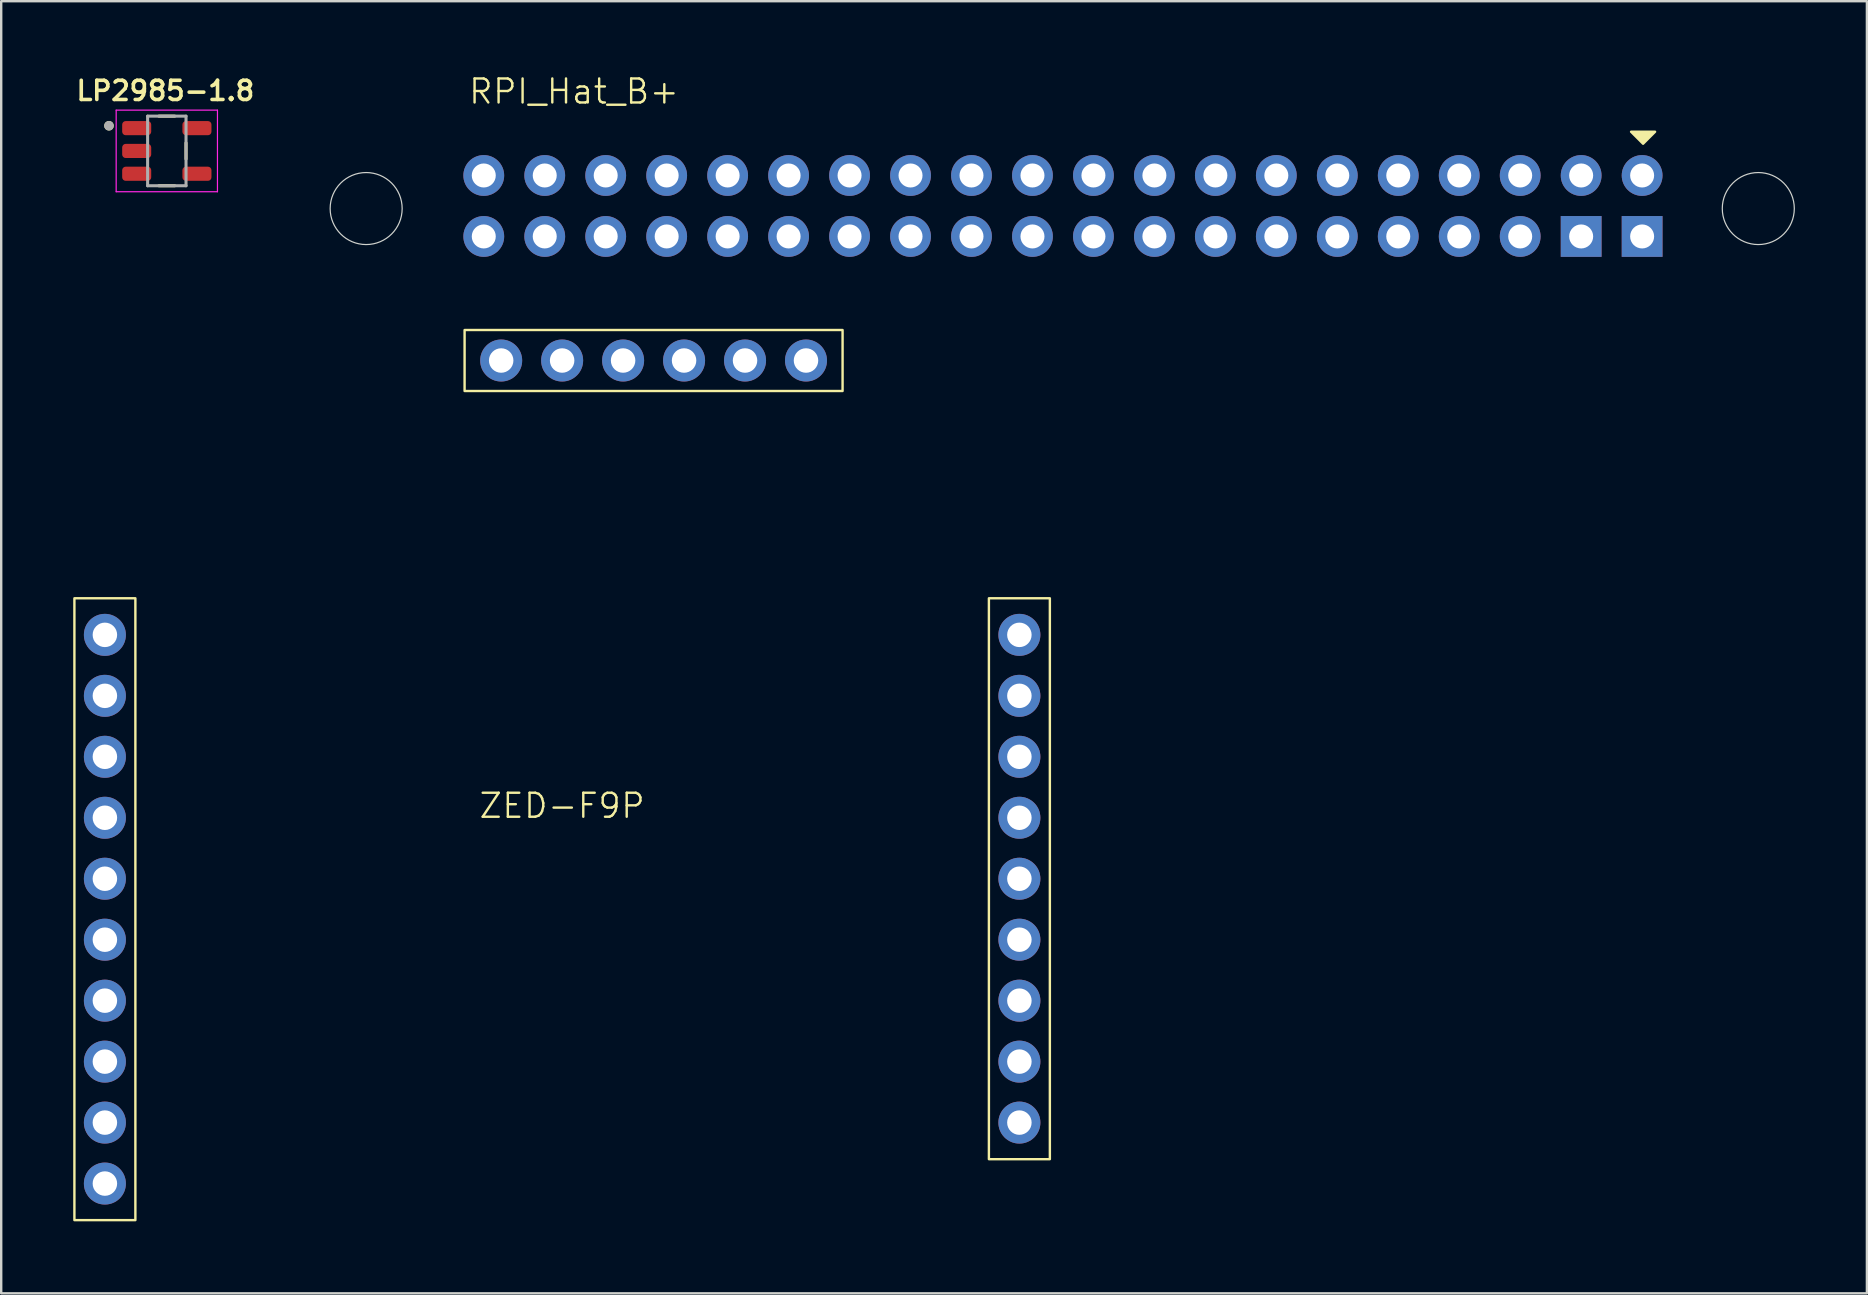
<source format=kicad_pcb>
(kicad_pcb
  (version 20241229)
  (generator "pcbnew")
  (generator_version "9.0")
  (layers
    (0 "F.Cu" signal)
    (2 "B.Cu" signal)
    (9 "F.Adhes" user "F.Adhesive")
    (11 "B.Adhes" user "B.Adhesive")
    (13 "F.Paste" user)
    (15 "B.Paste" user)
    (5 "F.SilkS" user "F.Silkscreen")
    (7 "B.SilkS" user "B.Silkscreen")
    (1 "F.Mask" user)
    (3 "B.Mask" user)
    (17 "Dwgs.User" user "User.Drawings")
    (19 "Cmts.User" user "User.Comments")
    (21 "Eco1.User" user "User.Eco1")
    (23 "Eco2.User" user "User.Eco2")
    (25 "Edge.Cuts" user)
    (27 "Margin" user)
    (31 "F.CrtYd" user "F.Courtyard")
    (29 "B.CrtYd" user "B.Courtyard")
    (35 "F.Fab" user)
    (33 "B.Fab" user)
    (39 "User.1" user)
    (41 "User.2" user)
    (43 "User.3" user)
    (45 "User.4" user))
  (footprint "LP2985-1.8"
    (layer "F.Cu")
    (at 3.9 3.239)
    (property "Reference" "LP2985-1.8" (at -0.06 -2.508 0) (layer "F.SilkS") (effects (font (size 0.8 0.8) (thickness 0.15))))
    (attr smd)
    (fp_line (start -0.33 -1.45) (end 0.33 -1.45) (stroke (width 0.127) (type solid)) (layer "F.SilkS"))
    (fp_line (start 0.33 1.45) (end -0.33 1.45) (stroke (width 0.127) (type solid)) (layer "F.SilkS"))
    (fp_line (start 0.8 -0.335) (end 0.8 0.335) (stroke (width 0.127) (type solid)) (layer "F.SilkS"))
    (fp_circle (center -2.41 -1.05) (end -2.31 -1.05) (stroke (width 0.2) (type solid)) (fill no) (layer "F.SilkS"))
    (fp_line (start -2.11 -1.7) (end 2.11 -1.7) (stroke (width 0.05) (type solid)) (layer "F.CrtYd"))
    (fp_line (start -2.11 1.7) (end -2.11 -1.7) (stroke (width 0.05) (type solid)) (layer "F.CrtYd"))
    (fp_line (start 2.11 -1.7) (end 2.11 1.7) (stroke (width 0.05) (type solid)) (layer "F.CrtYd"))
    (fp_line (start 2.11 1.7) (end -2.11 1.7) (stroke (width 0.05) (type solid)) (layer "F.CrtYd"))
    (fp_line (start -0.8 -1.45) (end 0.8 -1.45) (stroke (width 0.127) (type solid)) (layer "F.Fab"))
    (fp_line (start -0.8 1.45) (end -0.8 -1.45) (stroke (width 0.127) (type solid)) (layer "F.Fab"))
    (fp_line (start 0.8 -1.45) (end 0.8 1.45) (stroke (width 0.127) (type solid)) (layer "F.Fab"))
    (fp_line (start 0.8 1.45) (end -0.8 1.45) (stroke (width 0.127) (type solid)) (layer "F.Fab"))
    (fp_circle (center -2.41 -1.05) (end -2.31 -1.05) (stroke (width 0.2) (type solid)) (fill no) (layer "F.Fab"))
    (pad "1" smd roundrect (at -1.255 -0.95) (size 1.21 0.59) (layers "F.Cu" "F.Mask" "F.Paste") (roundrect_rratio 0.25))
    (pad "2" smd roundrect (at -1.255 0) (size 1.21 0.59) (layers "F.Cu" "F.Mask" "F.Paste") (roundrect_rratio 0.25))
    (pad "3" smd roundrect (at -1.255 0.95) (size 1.21 0.59) (layers "F.Cu" "F.Mask" "F.Paste") (roundrect_rratio 0.25))
    (pad "4" smd roundrect (at 1.255 0.95) (size 1.21 0.59) (layers "F.Cu" "F.Mask" "F.Paste") (roundrect_rratio 0.25))
    (pad "5" smd roundrect (at 1.255 -0.95) (size 1.21 0.59) (layers "F.Cu" "F.Mask" "F.Paste") (roundrect_rratio 0.25)))
  (footprint "RPI_Hat_B+"
    (layer "F.Cu")
    (at 41.165 5.761)
    (property "Reference" "RPI_Hat_B+" (at -20.3 -5 0) (unlocked yes) (layer "F.SilkS") (effects (font (size 1 1) (thickness 0.1))))
    (attr through_hole)
    (fp_poly (pts (xy 23.74 -3.322) (xy 24.24 -2.822) (xy 24.74 -3.322)) (stroke (width 0.1) (type solid)) (fill yes) (layer "F.SilkS"))
    (fp_circle (center -28.96 -0.122) (end -30.46 -0.122) (stroke (width 0.05) (type default)) (fill no) (layer "Edge.Cuts"))
    (fp_circle (center 29.04 -0.122) (end 30.54 -0.122) (stroke (width 0.05) (type default)) (fill no) (layer "Edge.Cuts"))
    (pad "1" thru_hole circle (at 24.2 -1.5 270) (size 1.7 1.7) (drill 1) (layers "*.Cu" "*.Mask"))
    (pad "2" thru_hole rect (at 24.2 1.04 270) (size 1.7 1.7) (drill 1) (layers "*.Cu" "*.Mask"))
    (pad "3" thru_hole oval (at 21.66 -1.5 270) (size 1.7 1.7) (drill 1) (layers "*.Cu" "*.Mask"))
    (pad "4" thru_hole rect (at 21.66 1.04 270) (size 1.7 1.7) (drill 1) (layers "*.Cu" "*.Mask"))
    (pad "5" thru_hole oval (at 19.12 -1.5 270) (size 1.7 1.7) (drill 1) (layers "*.Cu" "*.Mask"))
    (pad "6" thru_hole oval (at 19.12 1.04 270) (size 1.7 1.7) (drill 1) (layers "*.Cu" "*.Mask"))
    (pad "7" thru_hole oval (at 16.58 -1.5 270) (size 1.7 1.7) (drill 1) (layers "*.Cu" "*.Mask"))
    (pad "8" thru_hole circle (at 16.58 1.04 270) (size 1.7 1.7) (drill 1) (layers "*.Cu" "*.Mask"))
    (pad "9" thru_hole oval (at 14.04 -1.5 270) (size 1.7 1.7) (drill 1) (layers "*.Cu" "*.Mask"))
    (pad "10" thru_hole oval (at 14.04 1.04 270) (size 1.7 1.7) (drill 1) (layers "*.Cu" "*.Mask"))
    (pad "11" thru_hole oval (at 11.5 -1.5 270) (size 1.7 1.7) (drill 1) (layers "*.Cu" "*.Mask"))
    (pad "12" thru_hole circle (at 11.5 1.04 270) (size 1.7 1.7) (drill 1) (layers "*.Cu" "*.Mask"))
    (pad "13" thru_hole oval (at 8.96 -1.5 270) (size 1.7 1.7) (drill 1) (layers "*.Cu" "*.Mask"))
    (pad "14" thru_hole oval (at 8.96 1.04 270) (size 1.7 1.7) (drill 1) (layers "*.Cu" "*.Mask"))
    (pad "15" thru_hole circle (at 6.42 -1.5 270) (size 1.7 1.7) (drill 1) (layers "*.Cu" "*.Mask"))
    (pad "16" thru_hole oval (at 6.42 1.04 270) (size 1.7 1.7) (drill 1) (layers "*.Cu" "*.Mask"))
    (pad "17" thru_hole oval (at 3.88 -1.5 270) (size 1.7 1.7) (drill 1) (layers "*.Cu" "*.Mask"))
    (pad "18" thru_hole oval (at 3.88 1.04 270) (size 1.7 1.7) (drill 1) (layers "*.Cu" "*.Mask"))
    (pad "19" thru_hole oval (at 1.34 -1.5 270) (size 1.7 1.7) (drill 1) (layers "*.Cu" "*.Mask"))
    (pad "20" thru_hole oval (at 1.34 1.04 270) (size 1.7 1.7) (drill 1) (layers "*.Cu" "*.Mask"))
    (pad "21" thru_hole oval (at -1.2 -1.5 270) (size 1.7 1.7) (drill 1) (layers "*.Cu" "*.Mask"))
    (pad "22" thru_hole circle (at -1.2 1.04 270) (size 1.7 1.7) (drill 1) (layers "*.Cu" "*.Mask"))
    (pad "23" thru_hole oval (at -3.74 -1.5 270) (size 1.7 1.7) (drill 1) (layers "*.Cu" "*.Mask"))
    (pad "24" thru_hole oval (at -3.74 1.04 270) (size 1.7 1.7) (drill 1) (layers "*.Cu" "*.Mask"))
    (pad "25" thru_hole oval (at -6.28 -1.5 270) (size 1.7 1.7) (drill 1) (layers "*.Cu" "*.Mask"))
    (pad "26" thru_hole oval (at -6.28 1.04 270) (size 1.7 1.7) (drill 1) (layers "*.Cu" "*.Mask"))
    (pad "27" thru_hole oval (at -8.82 -1.5 270) (size 1.7 1.7) (drill 1) (layers "*.Cu" "*.Mask"))
    (pad "28" thru_hole circle (at -8.82 1.04 270) (size 1.7 1.7) (drill 1) (layers "*.Cu" "*.Mask"))
    (pad "29" thru_hole oval (at -11.36 -1.5 270) (size 1.7 1.7) (drill 1) (layers "*.Cu" "*.Mask"))
    (pad "30" thru_hole oval (at -11.36 1.04 270) (size 1.7 1.7) (drill 1) (layers "*.Cu" "*.Mask"))
    (pad "31" thru_hole circle (at -13.9 -1.5 270) (size 1.7 1.7) (drill 1) (layers "*.Cu" "*.Mask"))
    (pad "32" thru_hole oval (at -13.9 1.04 270) (size 1.7 1.7) (drill 1) (layers "*.Cu" "*.Mask"))
    (pad "33" thru_hole oval (at -16.44 -1.5 270) (size 1.7 1.7) (drill 1) (layers "*.Cu" "*.Mask"))
    (pad "34" thru_hole oval (at -16.44 1.04 270) (size 1.7 1.7) (drill 1) (layers "*.Cu" "*.Mask"))
    (pad "35" thru_hole oval (at -18.98 -1.5 270) (size 1.7 1.7) (drill 1) (layers "*.Cu" "*.Mask"))
    (pad "36" thru_hole circle (at -18.98 1.04 270) (size 1.7 1.7) (drill 1) (layers "*.Cu" "*.Mask"))
    (pad "37" thru_hole oval (at -21.52 -1.5 270) (size 1.7 1.7) (drill 1) (layers "*.Cu" "*.Mask"))
    (pad "38" thru_hole oval (at -21.52 1.04 270) (size 1.7 1.7) (drill 1) (layers "*.Cu" "*.Mask"))
    (pad "39" thru_hole circle (at -24.06 -1.5 270) (size 1.7 1.7) (drill 1) (layers "*.Cu" "*.Mask"))
    (pad "40" thru_hole oval (at -24.06 1.04 270) (size 1.7 1.7) (drill 1) (layers "*.Cu" "*.Mask")))
  (footprint "ZED-F9P"
    (layer "F.Cu")
    (at 20.37 31.02)
    (property "Reference" "ZED-F9P" (at 0 -0.5 0) (unlocked yes) (layer "F.SilkS") (effects (font (size 1 1) (thickness 0.1))))
    (attr smd)
    (fp_rect (start -20.32 -9.144) (end -17.78 16.764) (stroke (width 0.1) (type solid)) (fill no) (layer "F.SilkS"))
    (fp_rect (start -4.064 -20.32) (end 11.684 -17.78) (stroke (width 0.1) (type solid)) (fill no) (layer "F.SilkS"))
    (fp_rect (start 17.78 -9.144) (end 20.32 14.224) (stroke (width 0.1) (type solid)) (fill no) (layer "F.SilkS"))
    (pad "1" thru_hole circle (at -19.05 -7.62) (size 1.75 1.75) (drill 1.02) (layers "*.Cu" "*.Mask"))
    (pad "2" thru_hole circle (at -19.05 -5.08) (size 1.75 1.75) (drill 1.02) (layers "*.Cu" "*.Mask"))
    (pad "3" thru_hole circle (at -19.05 -2.54) (size 1.75 1.75) (drill 1.02) (layers "*.Cu" "*.Mask"))
    (pad "4" thru_hole circle (at -19.05 0) (size 1.75 1.75) (drill 1.02) (layers "*.Cu" "*.Mask"))
    (pad "5" thru_hole circle (at -19.05 2.54) (size 1.75 1.75) (drill 1.02) (layers "*.Cu" "*.Mask"))
    (pad "6" thru_hole circle (at -19.05 5.08) (size 1.75 1.75) (drill 1.02) (layers "*.Cu" "*.Mask"))
    (pad "7" thru_hole circle (at -19.05 7.62) (size 1.75 1.75) (drill 1.02) (layers "*.Cu" "*.Mask"))
    (pad "8" thru_hole circle (at -19.05 10.16) (size 1.75 1.75) (drill 1.02) (layers "*.Cu" "*.Mask"))
    (pad "9" thru_hole circle (at -19.05 12.7) (size 1.75 1.75) (drill 1.02) (layers "*.Cu" "*.Mask"))
    (pad "10" thru_hole circle (at -19.05 15.24) (size 1.75 1.75) (drill 1.02) (layers "*.Cu" "*.Mask"))
    (pad "11" thru_hole circle (at 19.05 12.7) (size 1.75 1.75) (drill 1.02) (layers "*.Cu" "*.Mask"))
    (pad "12" thru_hole circle (at 19.05 10.16) (size 1.75 1.75) (drill 1.02) (layers "*.Cu" "*.Mask"))
    (pad "13" thru_hole circle (at 19.05 7.62) (size 1.75 1.75) (drill 1.02) (layers "*.Cu" "*.Mask"))
    (pad "14" thru_hole circle (at 19.05 5.08) (size 1.75 1.75) (drill 1.02) (layers "*.Cu" "*.Mask"))
    (pad "15" thru_hole circle (at 19.05 2.54) (size 1.75 1.75) (drill 1.02) (layers "*.Cu" "*.Mask"))
    (pad "16" thru_hole circle (at 19.05 0) (size 1.75 1.75) (drill 1.02) (layers "*.Cu" "*.Mask"))
    (pad "17" thru_hole circle (at 19.05 -2.54) (size 1.75 1.75) (drill 1.02) (layers "*.Cu" "*.Mask"))
    (pad "18" thru_hole circle (at 19.05 -5.08) (size 1.75 1.75) (drill 1.02) (layers "*.Cu" "*.Mask"))
    (pad "19" thru_hole circle (at 19.05 -7.62) (size 1.75 1.75) (drill 1.02) (layers "*.Cu" "*.Mask"))
    (pad "20" thru_hole circle (at 10.16 -19.05 90) (size 1.75 1.75) (drill 1.02) (layers "*.Cu" "*.Mask"))
    (pad "21" thru_hole circle (at 7.62 -19.05 90) (size 1.75 1.75) (drill 1.02) (layers "*.Cu" "*.Mask"))
    (pad "22" thru_hole circle (at 5.08 -19.05 90) (size 1.75 1.75) (drill 1.02) (layers "*.Cu" "*.Mask"))
    (pad "23" thru_hole circle (at 2.54 -19.05 90) (size 1.75 1.75) (drill 1.02) (layers "*.Cu" "*.Mask"))
    (pad "24" thru_hole circle (at 0 -19.05 90) (size 1.75 1.75) (drill 1.02) (layers "*.Cu" "*.Mask"))
    (pad "25" thru_hole circle (at -2.54 -19.05 90) (size 1.75 1.75) (drill 1.02) (layers "*.Cu" "*.Mask")))
  (gr_rect
    (start -3 -3)
    (end 74.73 50.834)
    (stroke (width 0.1) (type default))
    (fill no)
    (layer "Edge.Cuts")))
</source>
